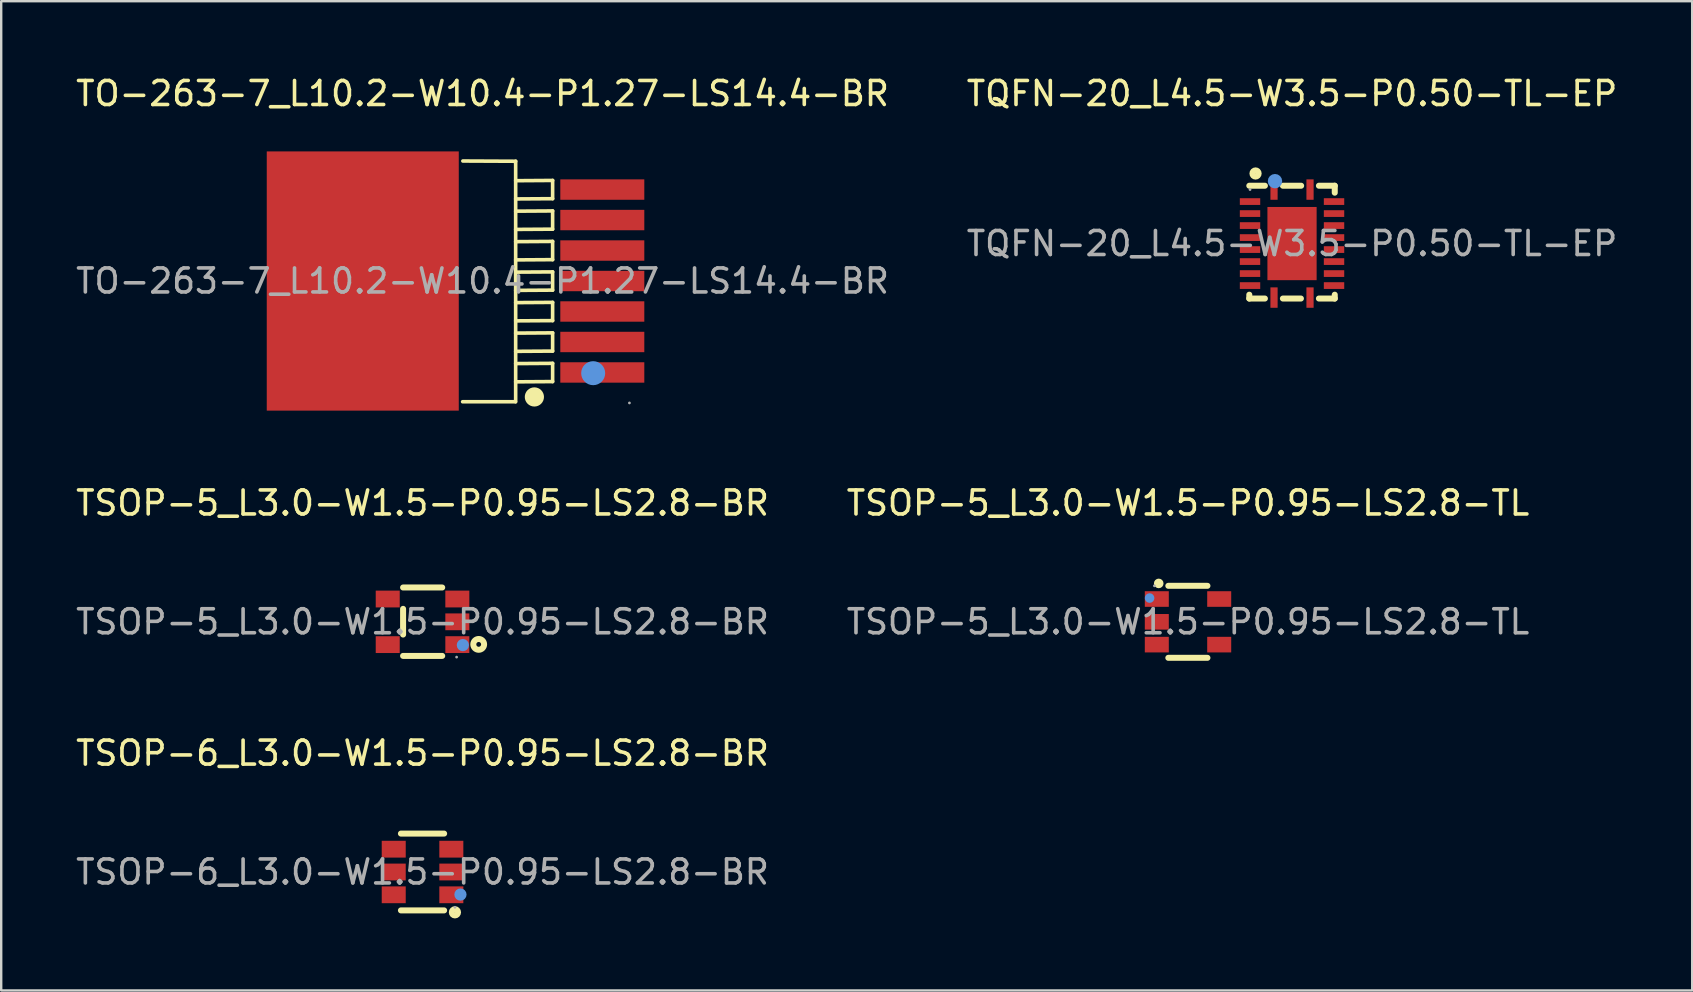
<source format=kicad_pcb>
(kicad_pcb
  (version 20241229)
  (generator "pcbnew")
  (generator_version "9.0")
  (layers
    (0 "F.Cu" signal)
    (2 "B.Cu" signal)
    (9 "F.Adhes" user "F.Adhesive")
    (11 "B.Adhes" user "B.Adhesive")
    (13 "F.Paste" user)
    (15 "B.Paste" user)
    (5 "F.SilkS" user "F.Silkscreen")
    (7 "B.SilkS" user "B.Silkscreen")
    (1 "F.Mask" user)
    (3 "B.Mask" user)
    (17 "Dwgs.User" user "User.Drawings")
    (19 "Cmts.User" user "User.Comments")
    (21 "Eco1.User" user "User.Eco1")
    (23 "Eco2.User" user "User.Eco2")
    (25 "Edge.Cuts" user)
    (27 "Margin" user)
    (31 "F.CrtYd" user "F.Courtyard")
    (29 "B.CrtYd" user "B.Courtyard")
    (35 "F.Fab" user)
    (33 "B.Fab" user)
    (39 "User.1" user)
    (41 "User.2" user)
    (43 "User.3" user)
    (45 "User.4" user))
  (footprint "TO-263-7_L10.2-W10.4-P1.27-LS14.4-BR"
    (layer "F.Cu")
    (at 17.054 8.658)
    (property "Reference" "TO-263-7_L10.2-W10.4-P1.27-LS14.4-BR" (at 0 -7.81 0) (layer "F.SilkS") (effects (font (size 1 1) (thickness 0.15))))
    (attr through_hole)
    (fp_line (start 1.37 5.03) (end -0.83 5.03) (stroke (width 0.15) (type solid)) (layer "F.SilkS"))
    (fp_line (start 1.38 -4.99) (end -0.82 -5) (stroke (width 0.15) (type solid)) (layer "F.SilkS"))
    (fp_line (start 1.38 -4.99) (end 1.38 5.03) (stroke (width 0.15) (type solid)) (layer "F.SilkS"))
    (fp_line (start 1.38 -3.42) (end 2.92 -3.43) (stroke (width 0.15) (type solid)) (layer "F.SilkS"))
    (fp_line (start 1.38 -2.15) (end 2.92 -2.16) (stroke (width 0.15) (type solid)) (layer "F.SilkS"))
    (fp_line (start 1.38 -0.88) (end 2.92 -0.89) (stroke (width 0.15) (type solid)) (layer "F.SilkS"))
    (fp_line (start 1.38 0.39) (end 2.92 0.38) (stroke (width 0.15) (type solid)) (layer "F.SilkS"))
    (fp_line (start 1.38 1.66) (end 2.92 1.65) (stroke (width 0.15) (type solid)) (layer "F.SilkS"))
    (fp_line (start 1.38 2.93) (end 2.92 2.92) (stroke (width 0.15) (type solid)) (layer "F.SilkS"))
    (fp_line (start 1.38 4.2) (end 2.92 4.19) (stroke (width 0.15) (type solid)) (layer "F.SilkS"))
    (fp_line (start 2.92 -4.19) (end 1.38 -4.18) (stroke (width 0.15) (type solid)) (layer "F.SilkS"))
    (fp_line (start 2.92 -3.43) (end 2.92 -4.19) (stroke (width 0.15) (type solid)) (layer "F.SilkS"))
    (fp_line (start 2.92 -2.92) (end 1.38 -2.91) (stroke (width 0.15) (type solid)) (layer "F.SilkS"))
    (fp_line (start 2.92 -2.16) (end 2.92 -2.92) (stroke (width 0.15) (type solid)) (layer "F.SilkS"))
    (fp_line (start 2.92 -1.65) (end 1.38 -1.64) (stroke (width 0.15) (type solid)) (layer "F.SilkS"))
    (fp_line (start 2.92 -0.89) (end 2.92 -1.65) (stroke (width 0.15) (type solid)) (layer "F.SilkS"))
    (fp_line (start 2.92 -0.38) (end 1.38 -0.37) (stroke (width 0.15) (type solid)) (layer "F.SilkS"))
    (fp_line (start 2.92 0.38) (end 2.92 -0.38) (stroke (width 0.15) (type solid)) (layer "F.SilkS"))
    (fp_line (start 2.92 0.89) (end 1.38 0.9) (stroke (width 0.15) (type solid)) (layer "F.SilkS"))
    (fp_line (start 2.92 1.65) (end 2.92 0.89) (stroke (width 0.15) (type solid)) (layer "F.SilkS"))
    (fp_line (start 2.92 2.16) (end 1.38 2.17) (stroke (width 0.15) (type solid)) (layer "F.SilkS"))
    (fp_line (start 2.92 2.92) (end 2.92 2.16) (stroke (width 0.15) (type solid)) (layer "F.SilkS"))
    (fp_line (start 2.92 3.43) (end 1.38 3.44) (stroke (width 0.15) (type solid)) (layer "F.SilkS"))
    (fp_line (start 2.92 4.19) (end 2.92 3.43) (stroke (width 0.15) (type solid)) (layer "F.SilkS"))
    (fp_circle (center 2.16 4.83) (end 2.36 4.83) (stroke (width 0.4) (type solid)) (fill no) (layer "F.SilkS"))
    (fp_circle (center 4.61 3.84) (end 4.86 3.84) (stroke (width 0.5) (type solid)) (fill no) (layer "Cmts.User"))
    (fp_circle (center 6.12 5.08) (end 6.15 5.08) (stroke (width 0.06) (type solid)) (fill no) (layer "F.Fab"))
    (fp_text user "${REFERENCE}" (at 0 0 0) (layer "F.Fab") (effects (font (size 1 1) (thickness 0.15))))
    (pad "1" smd rect (at 4.99 3.81) (size 3.5 0.85) (layers "F.Cu" "F.Mask" "F.Paste"))
    (pad "2" smd rect (at 4.99 2.54) (size 3.5 0.85) (layers "F.Cu" "F.Mask" "F.Paste"))
    (pad "3" smd rect (at 4.99 1.27) (size 3.5 0.85) (layers "F.Cu" "F.Mask" "F.Paste"))
    (pad "4" smd rect (at 4.99 0) (size 3.5 0.85) (layers "F.Cu" "F.Mask" "F.Paste"))
    (pad "5" smd rect (at 4.99 -1.27) (size 3.5 0.85) (layers "F.Cu" "F.Mask" "F.Paste"))
    (pad "6" smd rect (at 4.99 -2.54) (size 3.5 0.85) (layers "F.Cu" "F.Mask" "F.Paste"))
    (pad "7" smd rect (at 4.99 -3.81) (size 3.5 0.85) (layers "F.Cu" "F.Mask" "F.Paste"))
    (pad "8" smd rect (at -4.99 0) (size 8 10.8) (layers "F.Cu" "F.Mask" "F.Paste")))
  (footprint "TSOP-6_L3.0-W1.5-P0.95-LS2.8-BR"
    (layer "F.Cu")
    (at 14.554 33.28)
    (property "Reference" "TSOP-6_L3.0-W1.5-P0.95-LS2.8-BR" (at 0 -4.95 0) (layer "F.SilkS") (effects (font (size 1 1) (thickness 0.15))))
    (attr through_hole)
    (fp_line (start -0.9 -1.6) (end 0.9 -1.6) (stroke (width 0.25) (type solid)) (layer "F.SilkS"))
    (fp_line (start -0.9 1.6) (end 0.9 1.6) (stroke (width 0.25) (type solid)) (layer "F.SilkS"))
    (fp_circle (center 1.35 1.68) (end 1.48 1.68) (stroke (width 0.25) (type solid)) (fill no) (layer "F.SilkS"))
    (fp_circle (center 1.58 0.94) (end 1.71 0.94) (stroke (width 0.25) (type solid)) (fill no) (layer "Cmts.User"))
    (fp_circle (center 1.35 1.47) (end 1.38 1.47) (stroke (width 0.06) (type solid)) (fill no) (layer "F.Fab"))
    (fp_text user "${REFERENCE}" (at 0 0 0) (layer "F.Fab") (effects (font (size 1 1) (thickness 0.15))))
    (pad "1" smd rect (at 1.2 0.95) (size 1 0.7) (layers "F.Cu" "F.Mask" "F.Paste"))
    (pad "2" smd rect (at 1.2 0) (size 1 0.7) (layers "F.Cu" "F.Mask" "F.Paste"))
    (pad "3" smd rect (at 1.2 -0.95) (size 1 0.7) (layers "F.Cu" "F.Mask" "F.Paste"))
    (pad "4" smd rect (at -1.2 -0.95) (size 1 0.7) (layers "F.Cu" "F.Mask" "F.Paste"))
    (pad "5" smd rect (at -1.2 0) (size 1 0.7) (layers "F.Cu" "F.Mask" "F.Paste"))
    (pad "6" smd rect (at -1.2 0.95) (size 1 0.7) (layers "F.Cu" "F.Mask" "F.Paste")))
  (footprint "TSOP-5_L3.0-W1.5-P0.95-LS2.8-TL"
    (layer "F.Cu")
    (at 46.446 22.857)
    (property "Reference" "TSOP-5_L3.0-W1.5-P0.95-LS2.8-TL" (at 0 -4.95 0) (layer "F.SilkS") (effects (font (size 1 1) (thickness 0.15))))
    (attr through_hole)
    (fp_line (start -0.82 -1.5) (end 0.81 -1.5) (stroke (width 0.25) (type solid)) (layer "F.SilkS"))
    (fp_line (start 0.81 1.5) (end -0.82 1.5) (stroke (width 0.25) (type solid)) (layer "F.SilkS"))
    (fp_circle (center -1.22 -1.6) (end -1.12 -1.6) (stroke (width 0.2) (type solid)) (fill no) (layer "F.SilkS"))
    (fp_circle (center -1.6 -0.99) (end -1.5 -0.99) (stroke (width 0.2) (type solid)) (fill no) (layer "Cmts.User"))
    (fp_circle (center -1.4 -1.5) (end -1.37 -1.5) (stroke (width 0.06) (type solid)) (fill no) (layer "F.Fab"))
    (fp_text user "${REFERENCE}" (at 0 0 0) (layer "F.Fab") (effects (font (size 1 1) (thickness 0.15))))
    (pad "1" smd rect (at -1.3 -0.95 270) (size 0.65 1) (layers "F.Cu" "F.Mask" "F.Paste"))
    (pad "2" smd rect (at -1.3 0 270) (size 0.65 1) (layers "F.Cu" "F.Mask" "F.Paste"))
    (pad "3" smd rect (at -1.3 0.95 270) (size 0.65 1) (layers "F.Cu" "F.Mask" "F.Paste"))
    (pad "4" smd rect (at 1.3 0.95 270) (size 0.65 1) (layers "F.Cu" "F.Mask" "F.Paste"))
    (pad "5" smd rect (at 1.3 -0.95 270) (size 0.65 1) (layers "F.Cu" "F.Mask" "F.Paste")))
  (footprint "TSOP-5_L3.0-W1.5-P0.95-LS2.8-BR"
    (layer "F.Cu")
    (at 14.554 22.857)
    (property "Reference" "TSOP-5_L3.0-W1.5-P0.95-LS2.8-BR" (at 0 -4.95 0) (layer "F.SilkS") (effects (font (size 1 1) (thickness 0.15))))
    (attr through_hole)
    (fp_line (start -0.81 -1.43) (end 0.82 -1.43) (stroke (width 0.25) (type solid)) (layer "F.SilkS"))
    (fp_line (start -0.81 0.53) (end -0.81 -0.54) (stroke (width 0.25) (type solid)) (layer "F.SilkS"))
    (fp_line (start 0.82 1.42) (end -0.81 1.42) (stroke (width 0.25) (type solid)) (layer "F.SilkS"))
    (fp_circle (center 2.34 0.94) (end 2.44 0.94) (stroke (width 0.25) (type solid)) (fill no) (layer "F.SilkS"))
    (fp_circle (center 1.68 0.97) (end 1.81 0.97) (stroke (width 0.25) (type solid)) (fill no) (layer "Cmts.User"))
    (fp_circle (center 1.42 1.47) (end 1.45 1.47) (stroke (width 0.06) (type solid)) (fill no) (layer "F.Fab"))
    (fp_text user "${REFERENCE}" (at 0 0 0) (layer "F.Fab") (effects (font (size 1 1) (thickness 0.15))))
    (pad "1" smd rect (at 1.45 0.95 90) (size 0.7 1) (layers "F.Cu" "F.Mask" "F.Paste"))
    (pad "2" smd rect (at 1.45 0 90) (size 0.7 1) (layers "F.Cu" "F.Mask" "F.Paste"))
    (pad "3" smd rect (at 1.45 -0.95 90) (size 0.7 1) (layers "F.Cu" "F.Mask" "F.Paste"))
    (pad "4" smd rect (at -1.45 -0.95 90) (size 0.7 1) (layers "F.Cu" "F.Mask" "F.Paste"))
    (pad "5" smd rect (at -1.45 0.95 90) (size 0.7 1) (layers "F.Cu" "F.Mask" "F.Paste")))
  (footprint "TQFN-20_L4.5-W3.5-P0.50-TL-EP"
    (layer "F.Cu")
    (at 50.78 7.098)
    (property "Reference" "TQFN-20_L4.5-W3.5-P0.50-TL-EP" (at 0 -6.25 0) (layer "F.SilkS") (effects (font (size 1 1) (thickness 0.15))))
    (attr through_hole)
    (fp_line (start -1.78 2.29) (end -1.78 2.13) (stroke (width 0.25) (type solid)) (layer "F.SilkS"))
    (fp_line (start -1.13 -2.41) (end -1.78 -2.41) (stroke (width 0.25) (type solid)) (layer "F.SilkS"))
    (fp_line (start -1.13 2.29) (end -1.78 2.29) (stroke (width 0.25) (type solid)) (layer "F.SilkS"))
    (fp_line (start 0.37 2.29) (end -0.38 2.29) (stroke (width 0.25) (type solid)) (layer "F.SilkS"))
    (fp_line (start 0.38 -2.41) (end -0.38 -2.41) (stroke (width 0.25) (type solid)) (layer "F.SilkS"))
    (fp_line (start 1.78 -2.41) (end 1.12 -2.41) (stroke (width 0.25) (type solid)) (layer "F.SilkS"))
    (fp_line (start 1.78 -2.41) (end 1.78 -2.12) (stroke (width 0.25) (type solid)) (layer "F.SilkS"))
    (fp_line (start 1.78 2.13) (end 1.78 2.29) (stroke (width 0.25) (type solid)) (layer "F.SilkS"))
    (fp_line (start 1.78 2.29) (end 1.12 2.29) (stroke (width 0.25) (type solid)) (layer "F.SilkS"))
    (fp_circle (center -1.52 -2.92) (end -1.39 -2.92) (stroke (width 0.25) (type solid)) (fill no) (layer "F.SilkS"))
    (fp_circle (center -0.71 -2.6) (end -0.56 -2.6) (stroke (width 0.3) (type solid)) (fill no) (layer "Cmts.User"))
    (fp_circle (center -1.75 -2.25) (end -1.72 -2.25) (stroke (width 0.06) (type solid)) (fill no) (layer "F.Fab"))
    (fp_text user "${REFERENCE}" (at 0 0 0) (layer "F.Fab") (effects (font (size 1 1) (thickness 0.15))))
    (pad "1" smd rect (at -0.75 -2.25) (size 0.3 0.85) (layers "F.Cu" "F.Mask" "F.Paste"))
    (pad "2" smd rect (at -1.75 -1.75) (size 0.85 0.28) (layers "F.Cu" "F.Mask" "F.Paste"))
    (pad "3" smd rect (at -1.75 -1.25) (size 0.85 0.28) (layers "F.Cu" "F.Mask" "F.Paste"))
    (pad "4" smd rect (at -1.75 -0.75) (size 0.85 0.28) (layers "F.Cu" "F.Mask" "F.Paste"))
    (pad "5" smd rect (at -1.75 -0.25) (size 0.85 0.28) (layers "F.Cu" "F.Mask" "F.Paste"))
    (pad "6" smd rect (at -1.75 0.25) (size 0.85 0.28) (layers "F.Cu" "F.Mask" "F.Paste"))
    (pad "7" smd rect (at -1.75 0.75) (size 0.85 0.28) (layers "F.Cu" "F.Mask" "F.Paste"))
    (pad "8" smd rect (at -1.75 1.25) (size 0.85 0.28) (layers "F.Cu" "F.Mask" "F.Paste"))
    (pad "9" smd rect (at -1.75 1.75) (size 0.85 0.28) (layers "F.Cu" "F.Mask" "F.Paste"))
    (pad "10" smd rect (at -0.75 2.25) (size 0.3 0.85) (layers "F.Cu" "F.Mask" "F.Paste"))
    (pad "11" smd rect (at 0.75 2.25) (size 0.3 0.85) (layers "F.Cu" "F.Mask" "F.Paste"))
    (pad "12" smd rect (at 1.75 1.75) (size 0.85 0.28) (layers "F.Cu" "F.Mask" "F.Paste"))
    (pad "13" smd rect (at 1.75 1.25) (size 0.85 0.28) (layers "F.Cu" "F.Mask" "F.Paste"))
    (pad "14" smd rect (at 1.75 0.75) (size 0.85 0.28) (layers "F.Cu" "F.Mask" "F.Paste"))
    (pad "15" smd rect (at 1.75 0.25) (size 0.85 0.28) (layers "F.Cu" "F.Mask" "F.Paste"))
    (pad "16" smd rect (at 1.75 -0.25) (size 0.85 0.28) (layers "F.Cu" "F.Mask" "F.Paste"))
    (pad "17" smd rect (at 1.75 -0.75) (size 0.85 0.28) (layers "F.Cu" "F.Mask" "F.Paste"))
    (pad "18" smd rect (at 1.75 -1.25) (size 0.85 0.28) (layers "F.Cu" "F.Mask" "F.Paste"))
    (pad "19" smd rect (at 1.75 -1.75) (size 0.85 0.28) (layers "F.Cu" "F.Mask" "F.Paste"))
    (pad "20" smd rect (at 0.75 -2.25) (size 0.3 0.85) (layers "F.Cu" "F.Mask" "F.Paste"))
    (pad "21" smd rect (at 0 0) (size 2.05 3.05) (layers "F.Cu" "F.Mask" "F.Paste")))
  (gr_rect
    (start -3 -3)
    (end 67.452 38.215)
    (stroke (width 0.1) (type default))
    (fill no)
    (layer "Edge.Cuts")))
</source>
